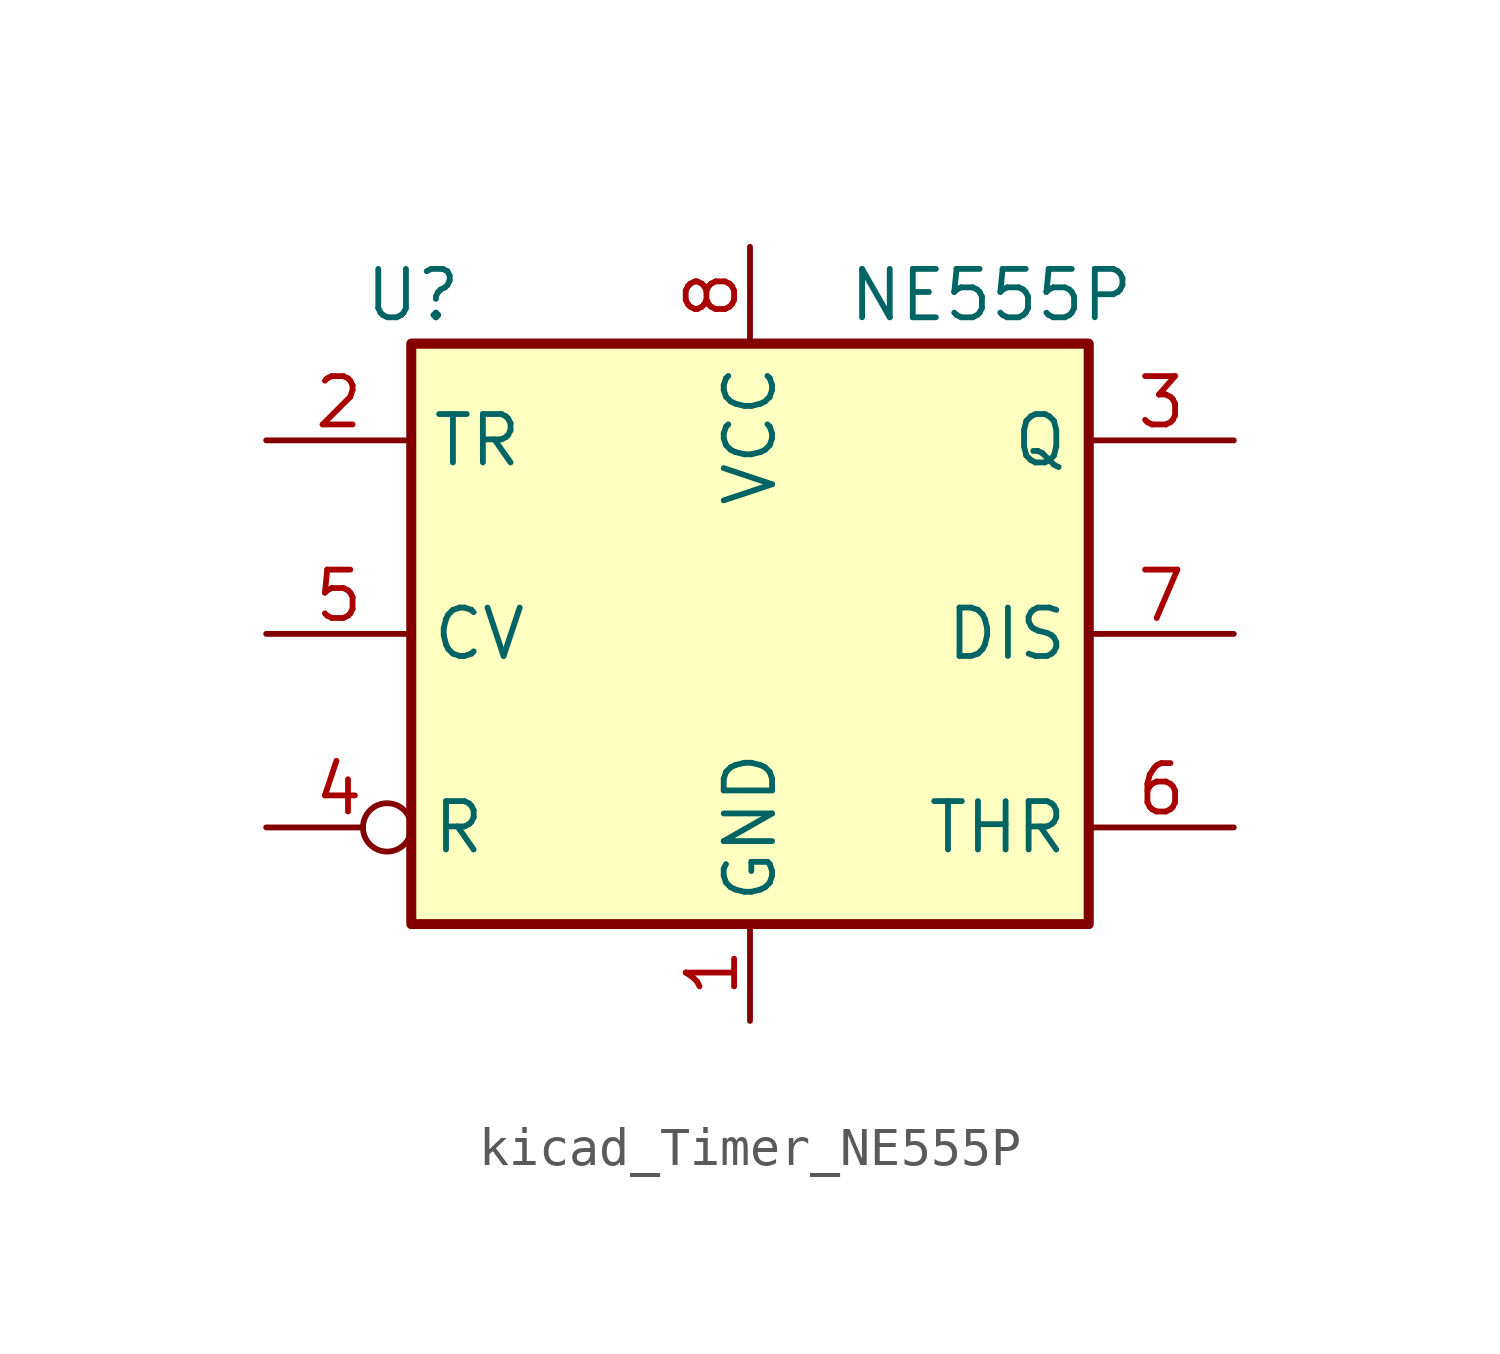
<source format=kicad_sym>
(kicad_symbol_lib
  (version 20220914)
  (generator kicad_symbol_editor)
  (symbol "kicad_Timer_NE555P"
    (property "Reference" "U"
      (at -10.16 8.89 0)
      (effects (font (size 1.27 1.27)) (justify left)))
    (property "Value" "NE555P"
      (at 2.54 8.89 0)
      (effects (font (size 1.27 1.27)) (justify left)))
    (symbol "kicad_Timer_NE555P_0_0"
      (pin power_in line (at 0 -10.16 90) (length 2.54) (name "GND" (effects (font (size 1.27 1.27)))) (number "1" (effects (font (size 1.27 1.27)))))
      (pin power_in line (at 0 10.16 270) (length 2.54) (name "VCC" (effects (font (size 1.27 1.27)))) (number "8" (effects (font (size 1.27 1.27))))))
    (symbol "kicad_Timer_NE555P_0_1"
      (rectangle (start -8.89 -7.62) (end 8.89 7.62) (stroke (width 0.254) (type default)) (fill (type background)))
      (rectangle (start -8.89 -7.62) (end 8.89 7.62) (stroke (width 0.254) (type default)) (fill (type background))))
    (symbol "kicad_Timer_NE555P_1_1"
      (pin input line (at -12.7 5.08 0) (length 3.81) (name "TR" (effects (font (size 1.27 1.27)))) (number "2" (effects (font (size 1.27 1.27)))))
      (pin output line (at 12.7 5.08 180) (length 3.81) (name "Q" (effects (font (size 1.27 1.27)))) (number "3" (effects (font (size 1.27 1.27)))))
      (pin input inverted (at -12.7 -5.08 0) (length 3.81) (name "R" (effects (font (size 1.27 1.27)))) (number "4" (effects (font (size 1.27 1.27)))))
      (pin input line (at -12.7 0 0) (length 3.81) (name "CV" (effects (font (size 1.27 1.27)))) (number "5" (effects (font (size 1.27 1.27)))))
      (pin input line (at 12.7 -5.08 180) (length 3.81) (name "THR" (effects (font (size 1.27 1.27)))) (number "6" (effects (font (size 1.27 1.27)))))
      (pin input line (at 12.7 0 180) (length 3.81) (name "DIS" (effects (font (size 1.27 1.27)))) (number "7" (effects (font (size 1.27 1.27))))))))
</source>
